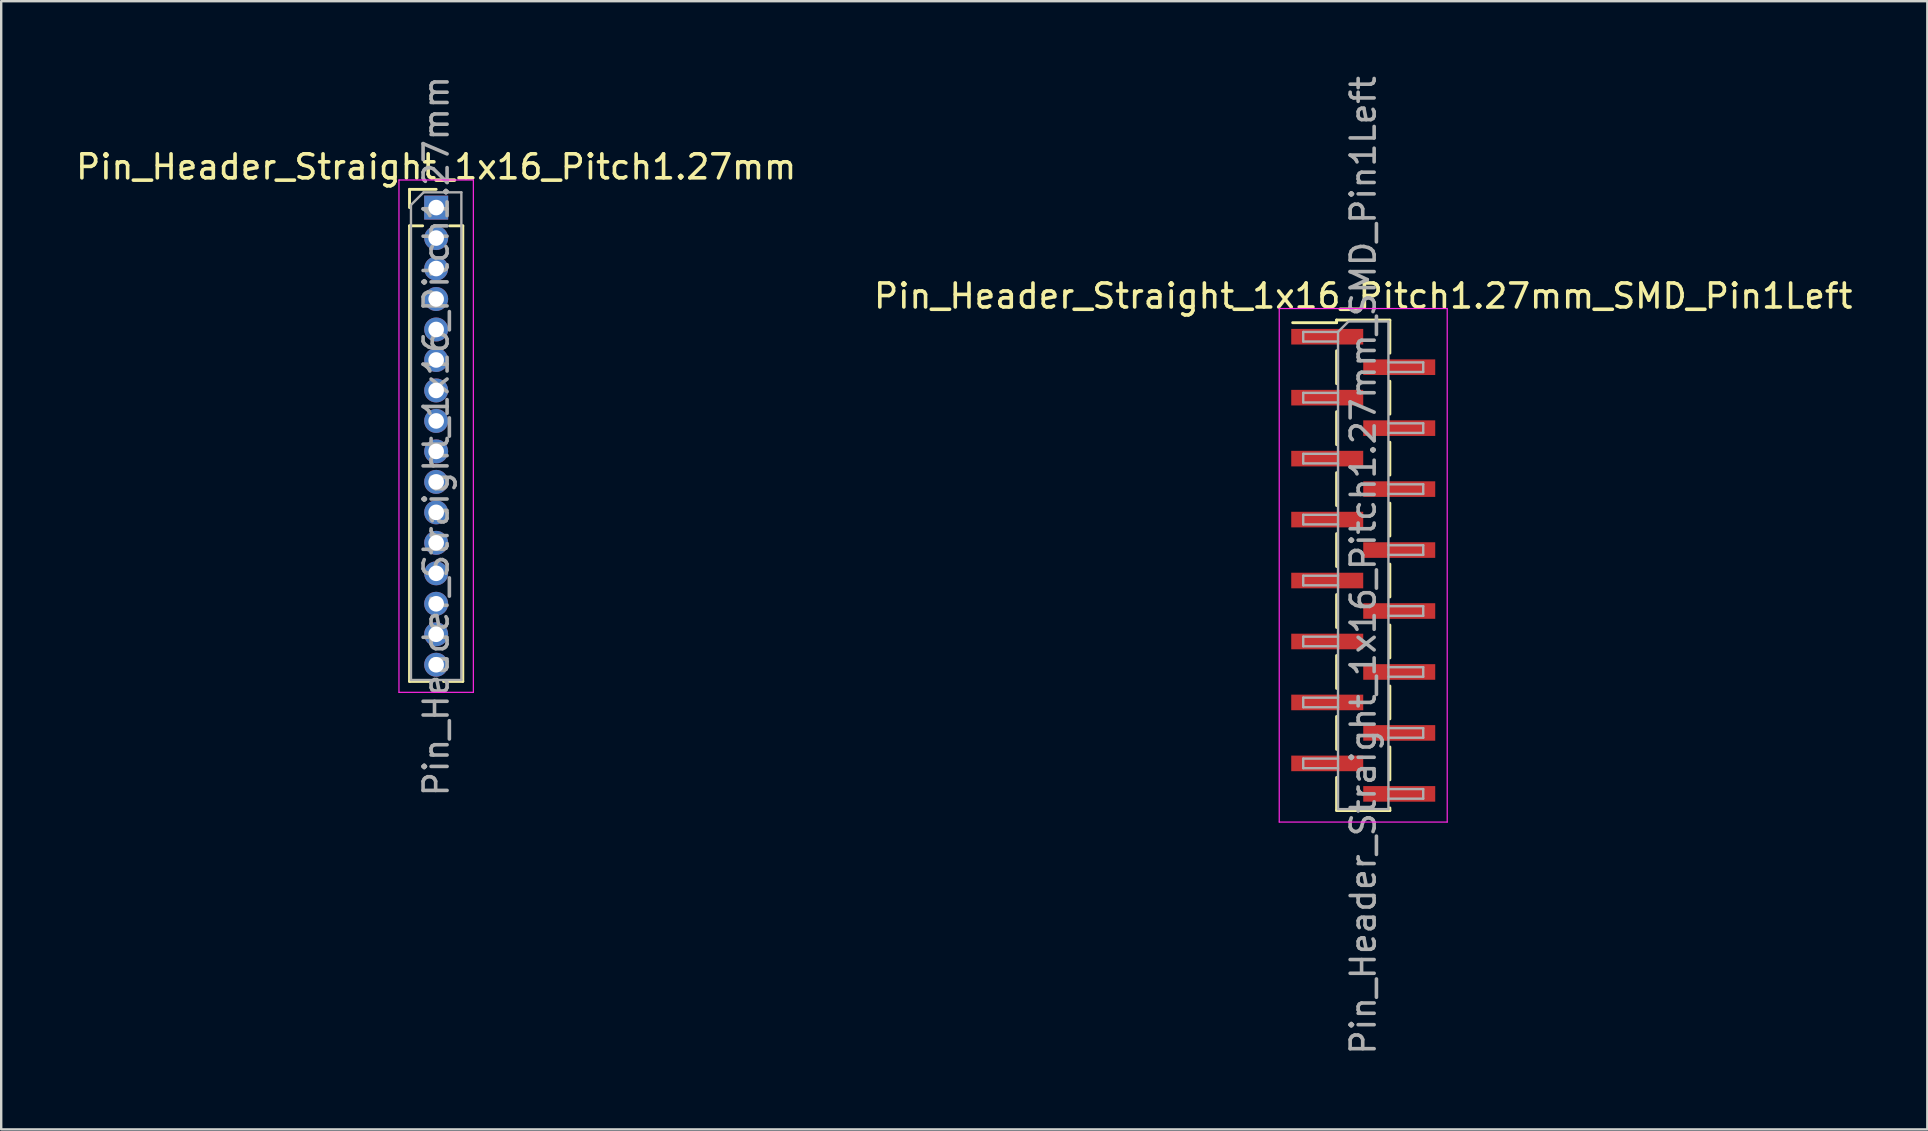
<source format=kicad_pcb>
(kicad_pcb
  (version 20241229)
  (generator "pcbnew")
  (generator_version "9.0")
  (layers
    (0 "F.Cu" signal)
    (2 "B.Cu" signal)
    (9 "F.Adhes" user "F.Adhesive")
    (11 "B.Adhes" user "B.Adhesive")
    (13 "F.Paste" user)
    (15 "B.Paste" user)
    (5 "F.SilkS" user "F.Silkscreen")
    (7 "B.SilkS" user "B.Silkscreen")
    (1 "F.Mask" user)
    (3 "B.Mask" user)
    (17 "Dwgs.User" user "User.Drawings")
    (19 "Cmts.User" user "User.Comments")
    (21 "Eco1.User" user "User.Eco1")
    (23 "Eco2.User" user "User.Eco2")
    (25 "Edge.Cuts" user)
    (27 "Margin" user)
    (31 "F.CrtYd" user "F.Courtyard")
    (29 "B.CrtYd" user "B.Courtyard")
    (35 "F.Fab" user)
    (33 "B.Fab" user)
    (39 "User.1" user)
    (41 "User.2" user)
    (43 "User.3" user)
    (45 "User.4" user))
  (footprint "Pin_Header_Straight_1x16_Pitch1.27mm_SMD_Pin1Left"
    (layer "F.Cu")
    (at 53.756 20.506)
    (property "Reference" "Pin_Header_Straight_1x16_Pitch1.27mm_SMD_Pin1Left" (at 0 -11.22 0) (layer "F.SilkS") (effects (font (size 1 1) (thickness 0.15))))
    (attr smd)
    (fp_line (start -1.11 -10.22) (end -1.11 -10.11) (stroke (width 0.12) (type solid)) (layer "F.SilkS"))
    (fp_line (start -1.11 -10.22) (end 1.11 -10.22) (stroke (width 0.12) (type solid)) (layer "F.SilkS"))
    (fp_line (start -1.11 -10.11) (end -2.94 -10.11) (stroke (width 0.12) (type solid)) (layer "F.SilkS"))
    (fp_line (start -1.11 -8.94) (end -1.11 -7.57) (stroke (width 0.12) (type solid)) (layer "F.SilkS"))
    (fp_line (start -1.11 -6.4) (end -1.11 -5.03) (stroke (width 0.12) (type solid)) (layer "F.SilkS"))
    (fp_line (start -1.11 -3.86) (end -1.11 -2.49) (stroke (width 0.12) (type solid)) (layer "F.SilkS"))
    (fp_line (start -1.11 -1.32) (end -1.11 0.05) (stroke (width 0.12) (type solid)) (layer "F.SilkS"))
    (fp_line (start -1.11 1.22) (end -1.11 2.59) (stroke (width 0.12) (type solid)) (layer "F.SilkS"))
    (fp_line (start -1.11 3.76) (end -1.11 5.13) (stroke (width 0.12) (type solid)) (layer "F.SilkS"))
    (fp_line (start -1.11 6.3) (end -1.11 7.67) (stroke (width 0.12) (type solid)) (layer "F.SilkS"))
    (fp_line (start -1.11 8.84) (end -1.11 10.21) (stroke (width 0.12) (type solid)) (layer "F.SilkS"))
    (fp_line (start -1.11 10.22) (end 1.11 10.22) (stroke (width 0.12) (type solid)) (layer "F.SilkS"))
    (fp_line (start 1.11 -10.21) (end 1.11 -8.84) (stroke (width 0.12) (type solid)) (layer "F.SilkS"))
    (fp_line (start 1.11 -7.67) (end 1.11 -6.3) (stroke (width 0.12) (type solid)) (layer "F.SilkS"))
    (fp_line (start 1.11 -5.13) (end 1.11 -3.76) (stroke (width 0.12) (type solid)) (layer "F.SilkS"))
    (fp_line (start 1.11 -2.59) (end 1.11 -1.22) (stroke (width 0.12) (type solid)) (layer "F.SilkS"))
    (fp_line (start 1.11 -0.05) (end 1.11 1.32) (stroke (width 0.12) (type solid)) (layer "F.SilkS"))
    (fp_line (start 1.11 2.49) (end 1.11 3.86) (stroke (width 0.12) (type solid)) (layer "F.SilkS"))
    (fp_line (start 1.11 5.03) (end 1.11 6.4) (stroke (width 0.12) (type solid)) (layer "F.SilkS"))
    (fp_line (start 1.11 7.57) (end 1.11 8.94) (stroke (width 0.12) (type solid)) (layer "F.SilkS"))
    (fp_line (start 1.11 10.11) (end 1.11 10.22) (stroke (width 0.12) (type solid)) (layer "F.SilkS"))
    (fp_line (start -3.5 -10.7) (end -3.5 10.7) (stroke (width 0.05) (type solid)) (layer "F.CrtYd"))
    (fp_line (start -3.5 10.7) (end 3.5 10.7) (stroke (width 0.05) (type solid)) (layer "F.CrtYd"))
    (fp_line (start 3.5 -10.7) (end -3.5 -10.7) (stroke (width 0.05) (type solid)) (layer "F.CrtYd"))
    (fp_line (start 3.5 10.7) (end 3.5 -10.7) (stroke (width 0.05) (type solid)) (layer "F.CrtYd"))
    (fp_line (start -2.5 -9.725) (end -2.5 -9.325) (stroke (width 0.1) (type solid)) (layer "F.Fab"))
    (fp_line (start -2.5 -9.325) (end -1.05 -9.325) (stroke (width 0.1) (type solid)) (layer "F.Fab"))
    (fp_line (start -2.5 -7.185) (end -2.5 -6.785) (stroke (width 0.1) (type solid)) (layer "F.Fab"))
    (fp_line (start -2.5 -6.785) (end -1.05 -6.785) (stroke (width 0.1) (type solid)) (layer "F.Fab"))
    (fp_line (start -2.5 -4.645) (end -2.5 -4.245) (stroke (width 0.1) (type solid)) (layer "F.Fab"))
    (fp_line (start -2.5 -4.245) (end -1.05 -4.245) (stroke (width 0.1) (type solid)) (layer "F.Fab"))
    (fp_line (start -2.5 -2.105) (end -2.5 -1.705) (stroke (width 0.1) (type solid)) (layer "F.Fab"))
    (fp_line (start -2.5 -1.705) (end -1.05 -1.705) (stroke (width 0.1) (type solid)) (layer "F.Fab"))
    (fp_line (start -2.5 0.435) (end -2.5 0.835) (stroke (width 0.1) (type solid)) (layer "F.Fab"))
    (fp_line (start -2.5 0.835) (end -1.05 0.835) (stroke (width 0.1) (type solid)) (layer "F.Fab"))
    (fp_line (start -2.5 2.975) (end -2.5 3.375) (stroke (width 0.1) (type solid)) (layer "F.Fab"))
    (fp_line (start -2.5 3.375) (end -1.05 3.375) (stroke (width 0.1) (type solid)) (layer "F.Fab"))
    (fp_line (start -2.5 5.515) (end -2.5 5.915) (stroke (width 0.1) (type solid)) (layer "F.Fab"))
    (fp_line (start -2.5 5.915) (end -1.05 5.915) (stroke (width 0.1) (type solid)) (layer "F.Fab"))
    (fp_line (start -2.5 8.055) (end -2.5 8.455) (stroke (width 0.1) (type solid)) (layer "F.Fab"))
    (fp_line (start -2.5 8.455) (end -1.05 8.455) (stroke (width 0.1) (type solid)) (layer "F.Fab"))
    (fp_line (start -1.05 -9.725) (end -2.5 -9.725) (stroke (width 0.1) (type solid)) (layer "F.Fab"))
    (fp_line (start -1.05 -9.725) (end -0.615 -10.16) (stroke (width 0.1) (type solid)) (layer "F.Fab"))
    (fp_line (start -1.05 -7.185) (end -2.5 -7.185) (stroke (width 0.1) (type solid)) (layer "F.Fab"))
    (fp_line (start -1.05 -4.645) (end -2.5 -4.645) (stroke (width 0.1) (type solid)) (layer "F.Fab"))
    (fp_line (start -1.05 -2.105) (end -2.5 -2.105) (stroke (width 0.1) (type solid)) (layer "F.Fab"))
    (fp_line (start -1.05 0.435) (end -2.5 0.435) (stroke (width 0.1) (type solid)) (layer "F.Fab"))
    (fp_line (start -1.05 2.975) (end -2.5 2.975) (stroke (width 0.1) (type solid)) (layer "F.Fab"))
    (fp_line (start -1.05 5.515) (end -2.5 5.515) (stroke (width 0.1) (type solid)) (layer "F.Fab"))
    (fp_line (start -1.05 8.055) (end -2.5 8.055) (stroke (width 0.1) (type solid)) (layer "F.Fab"))
    (fp_line (start -1.05 10.16) (end -1.05 -9.725) (stroke (width 0.1) (type solid)) (layer "F.Fab"))
    (fp_line (start -0.615 -10.16) (end 1.05 -10.16) (stroke (width 0.1) (type solid)) (layer "F.Fab"))
    (fp_line (start 1.05 -10.16) (end 1.05 10.16) (stroke (width 0.1) (type solid)) (layer "F.Fab"))
    (fp_line (start 1.05 -8.455) (end 2.5 -8.455) (stroke (width 0.1) (type solid)) (layer "F.Fab"))
    (fp_line (start 1.05 -5.915) (end 2.5 -5.915) (stroke (width 0.1) (type solid)) (layer "F.Fab"))
    (fp_line (start 1.05 -3.375) (end 2.5 -3.375) (stroke (width 0.1) (type solid)) (layer "F.Fab"))
    (fp_line (start 1.05 -0.835) (end 2.5 -0.835) (stroke (width 0.1) (type solid)) (layer "F.Fab"))
    (fp_line (start 1.05 1.705) (end 2.5 1.705) (stroke (width 0.1) (type solid)) (layer "F.Fab"))
    (fp_line (start 1.05 4.245) (end 2.5 4.245) (stroke (width 0.1) (type solid)) (layer "F.Fab"))
    (fp_line (start 1.05 6.785) (end 2.5 6.785) (stroke (width 0.1) (type solid)) (layer "F.Fab"))
    (fp_line (start 1.05 9.325) (end 2.5 9.325) (stroke (width 0.1) (type solid)) (layer "F.Fab"))
    (fp_line (start 1.05 10.16) (end -1.05 10.16) (stroke (width 0.1) (type solid)) (layer "F.Fab"))
    (fp_line (start 2.5 -8.455) (end 2.5 -8.055) (stroke (width 0.1) (type solid)) (layer "F.Fab"))
    (fp_line (start 2.5 -8.055) (end 1.05 -8.055) (stroke (width 0.1) (type solid)) (layer "F.Fab"))
    (fp_line (start 2.5 -5.915) (end 2.5 -5.515) (stroke (width 0.1) (type solid)) (layer "F.Fab"))
    (fp_line (start 2.5 -5.515) (end 1.05 -5.515) (stroke (width 0.1) (type solid)) (layer "F.Fab"))
    (fp_line (start 2.5 -3.375) (end 2.5 -2.975) (stroke (width 0.1) (type solid)) (layer "F.Fab"))
    (fp_line (start 2.5 -2.975) (end 1.05 -2.975) (stroke (width 0.1) (type solid)) (layer "F.Fab"))
    (fp_line (start 2.5 -0.835) (end 2.5 -0.435) (stroke (width 0.1) (type solid)) (layer "F.Fab"))
    (fp_line (start 2.5 -0.435) (end 1.05 -0.435) (stroke (width 0.1) (type solid)) (layer "F.Fab"))
    (fp_line (start 2.5 1.705) (end 2.5 2.105) (stroke (width 0.1) (type solid)) (layer "F.Fab"))
    (fp_line (start 2.5 2.105) (end 1.05 2.105) (stroke (width 0.1) (type solid)) (layer "F.Fab"))
    (fp_line (start 2.5 4.245) (end 2.5 4.645) (stroke (width 0.1) (type solid)) (layer "F.Fab"))
    (fp_line (start 2.5 4.645) (end 1.05 4.645) (stroke (width 0.1) (type solid)) (layer "F.Fab"))
    (fp_line (start 2.5 6.785) (end 2.5 7.185) (stroke (width 0.1) (type solid)) (layer "F.Fab"))
    (fp_line (start 2.5 7.185) (end 1.05 7.185) (stroke (width 0.1) (type solid)) (layer "F.Fab"))
    (fp_line (start 2.5 9.325) (end 2.5 9.725) (stroke (width 0.1) (type solid)) (layer "F.Fab"))
    (fp_line (start 2.5 9.725) (end 1.05 9.725) (stroke (width 0.1) (type solid)) (layer "F.Fab"))
    (fp_text user "${REFERENCE}" (at 0 0 90) (layer "F.Fab") (effects (font (size 1 1) (thickness 0.15))))
    (pad "1" smd rect (at -1.5 -9.525) (size 3 0.65) (layers "F.Cu" "F.Mask" "F.Paste"))
    (pad "2" smd rect (at 1.5 -8.255) (size 3 0.65) (layers "F.Cu" "F.Mask" "F.Paste"))
    (pad "3" smd rect (at -1.5 -6.985) (size 3 0.65) (layers "F.Cu" "F.Mask" "F.Paste"))
    (pad "4" smd rect (at 1.5 -5.715) (size 3 0.65) (layers "F.Cu" "F.Mask" "F.Paste"))
    (pad "5" smd rect (at -1.5 -4.445) (size 3 0.65) (layers "F.Cu" "F.Mask" "F.Paste"))
    (pad "6" smd rect (at 1.5 -3.175) (size 3 0.65) (layers "F.Cu" "F.Mask" "F.Paste"))
    (pad "7" smd rect (at -1.5 -1.905) (size 3 0.65) (layers "F.Cu" "F.Mask" "F.Paste"))
    (pad "8" smd rect (at 1.5 -0.635) (size 3 0.65) (layers "F.Cu" "F.Mask" "F.Paste"))
    (pad "9" smd rect (at -1.5 0.635) (size 3 0.65) (layers "F.Cu" "F.Mask" "F.Paste"))
    (pad "10" smd rect (at 1.5 1.905) (size 3 0.65) (layers "F.Cu" "F.Mask" "F.Paste"))
    (pad "11" smd rect (at -1.5 3.175) (size 3 0.65) (layers "F.Cu" "F.Mask" "F.Paste"))
    (pad "12" smd rect (at 1.5 4.445) (size 3 0.65) (layers "F.Cu" "F.Mask" "F.Paste"))
    (pad "13" smd rect (at -1.5 5.715) (size 3 0.65) (layers "F.Cu" "F.Mask" "F.Paste"))
    (pad "14" smd rect (at 1.5 6.985) (size 3 0.65) (layers "F.Cu" "F.Mask" "F.Paste"))
    (pad "15" smd rect (at -1.5 8.255) (size 3 0.65) (layers "F.Cu" "F.Mask" "F.Paste"))
    (pad "16" smd rect (at 1.5 9.525) (size 3 0.65) (layers "F.Cu" "F.Mask" "F.Paste")))
  (footprint "Pin_Header_Straight_1x16_Pitch1.27mm"
    (layer "F.Cu")
    (at 15.125 5.6)
    (property "Reference" "Pin_Header_Straight_1x16_Pitch1.27mm" (at 0 -1.695 0) (layer "F.SilkS") (effects (font (size 1 1) (thickness 0.15))))
    (attr through_hole)
    (fp_line (start -1.11 -0.76) (end 0 -0.76) (stroke (width 0.12) (type solid)) (layer "F.SilkS"))
    (fp_line (start -1.11 0) (end -1.11 -0.76) (stroke (width 0.12) (type solid)) (layer "F.SilkS"))
    (fp_line (start -1.11 0.76) (end -1.11 19.745) (stroke (width 0.12) (type solid)) (layer "F.SilkS"))
    (fp_line (start -1.11 0.76) (end -0.563 0.76) (stroke (width 0.12) (type solid)) (layer "F.SilkS"))
    (fp_line (start -1.11 19.745) (end -0.308 19.745) (stroke (width 0.12) (type solid)) (layer "F.SilkS"))
    (fp_line (start 0.308 19.745) (end 1.11 19.745) (stroke (width 0.12) (type solid)) (layer "F.SilkS"))
    (fp_line (start 0.563 0.76) (end 1.11 0.76) (stroke (width 0.12) (type solid)) (layer "F.SilkS"))
    (fp_line (start 1.11 0.76) (end 1.11 19.745) (stroke (width 0.12) (type solid)) (layer "F.SilkS"))
    (fp_line (start -1.55 -1.15) (end -1.55 20.2) (stroke (width 0.05) (type solid)) (layer "F.CrtYd"))
    (fp_line (start -1.55 20.2) (end 1.55 20.2) (stroke (width 0.05) (type solid)) (layer "F.CrtYd"))
    (fp_line (start 1.55 -1.15) (end -1.55 -1.15) (stroke (width 0.05) (type solid)) (layer "F.CrtYd"))
    (fp_line (start 1.55 20.2) (end 1.55 -1.15) (stroke (width 0.05) (type solid)) (layer "F.CrtYd"))
    (fp_line (start -1.05 -0.11) (end -0.525 -0.635) (stroke (width 0.1) (type solid)) (layer "F.Fab"))
    (fp_line (start -1.05 19.685) (end -1.05 -0.11) (stroke (width 0.1) (type solid)) (layer "F.Fab"))
    (fp_line (start -0.525 -0.635) (end 1.05 -0.635) (stroke (width 0.1) (type solid)) (layer "F.Fab"))
    (fp_line (start 1.05 -0.635) (end 1.05 19.685) (stroke (width 0.1) (type solid)) (layer "F.Fab"))
    (fp_line (start 1.05 19.685) (end -1.05 19.685) (stroke (width 0.1) (type solid)) (layer "F.Fab"))
    (fp_text user "${REFERENCE}" (at 0 9.525 90) (layer "F.Fab") (effects (font (size 1 1) (thickness 0.15))))
    (pad "1" thru_hole rect (at 0 0) (size 1 1) (drill 0.65) (layers "*.Cu" "*.Mask"))
    (pad "2" thru_hole oval (at 0 1.27) (size 1 1) (drill 0.65) (layers "*.Cu" "*.Mask"))
    (pad "3" thru_hole oval (at 0 2.54) (size 1 1) (drill 0.65) (layers "*.Cu" "*.Mask"))
    (pad "4" thru_hole oval (at 0 3.81) (size 1 1) (drill 0.65) (layers "*.Cu" "*.Mask"))
    (pad "5" thru_hole oval (at 0 5.08) (size 1 1) (drill 0.65) (layers "*.Cu" "*.Mask"))
    (pad "6" thru_hole oval (at 0 6.35) (size 1 1) (drill 0.65) (layers "*.Cu" "*.Mask"))
    (pad "7" thru_hole oval (at 0 7.62) (size 1 1) (drill 0.65) (layers "*.Cu" "*.Mask"))
    (pad "8" thru_hole oval (at 0 8.89) (size 1 1) (drill 0.65) (layers "*.Cu" "*.Mask"))
    (pad "9" thru_hole oval (at 0 10.16) (size 1 1) (drill 0.65) (layers "*.Cu" "*.Mask"))
    (pad "10" thru_hole oval (at 0 11.43) (size 1 1) (drill 0.65) (layers "*.Cu" "*.Mask"))
    (pad "11" thru_hole oval (at 0 12.7) (size 1 1) (drill 0.65) (layers "*.Cu" "*.Mask"))
    (pad "12" thru_hole oval (at 0 13.97) (size 1 1) (drill 0.65) (layers "*.Cu" "*.Mask"))
    (pad "13" thru_hole oval (at 0 15.24) (size 1 1) (drill 0.65) (layers "*.Cu" "*.Mask"))
    (pad "14" thru_hole oval (at 0 16.51) (size 1 1) (drill 0.65) (layers "*.Cu" "*.Mask"))
    (pad "15" thru_hole oval (at 0 17.78) (size 1 1) (drill 0.65) (layers "*.Cu" "*.Mask"))
    (pad "16" thru_hole oval (at 0 19.05) (size 1 1) (drill 0.65) (layers "*.Cu" "*.Mask")))
  (gr_rect
    (start -3 -3)
    (end 77.262 44.012)
    (stroke (width 0.1) (type default))
    (fill no)
    (layer "Edge.Cuts")))
</source>
